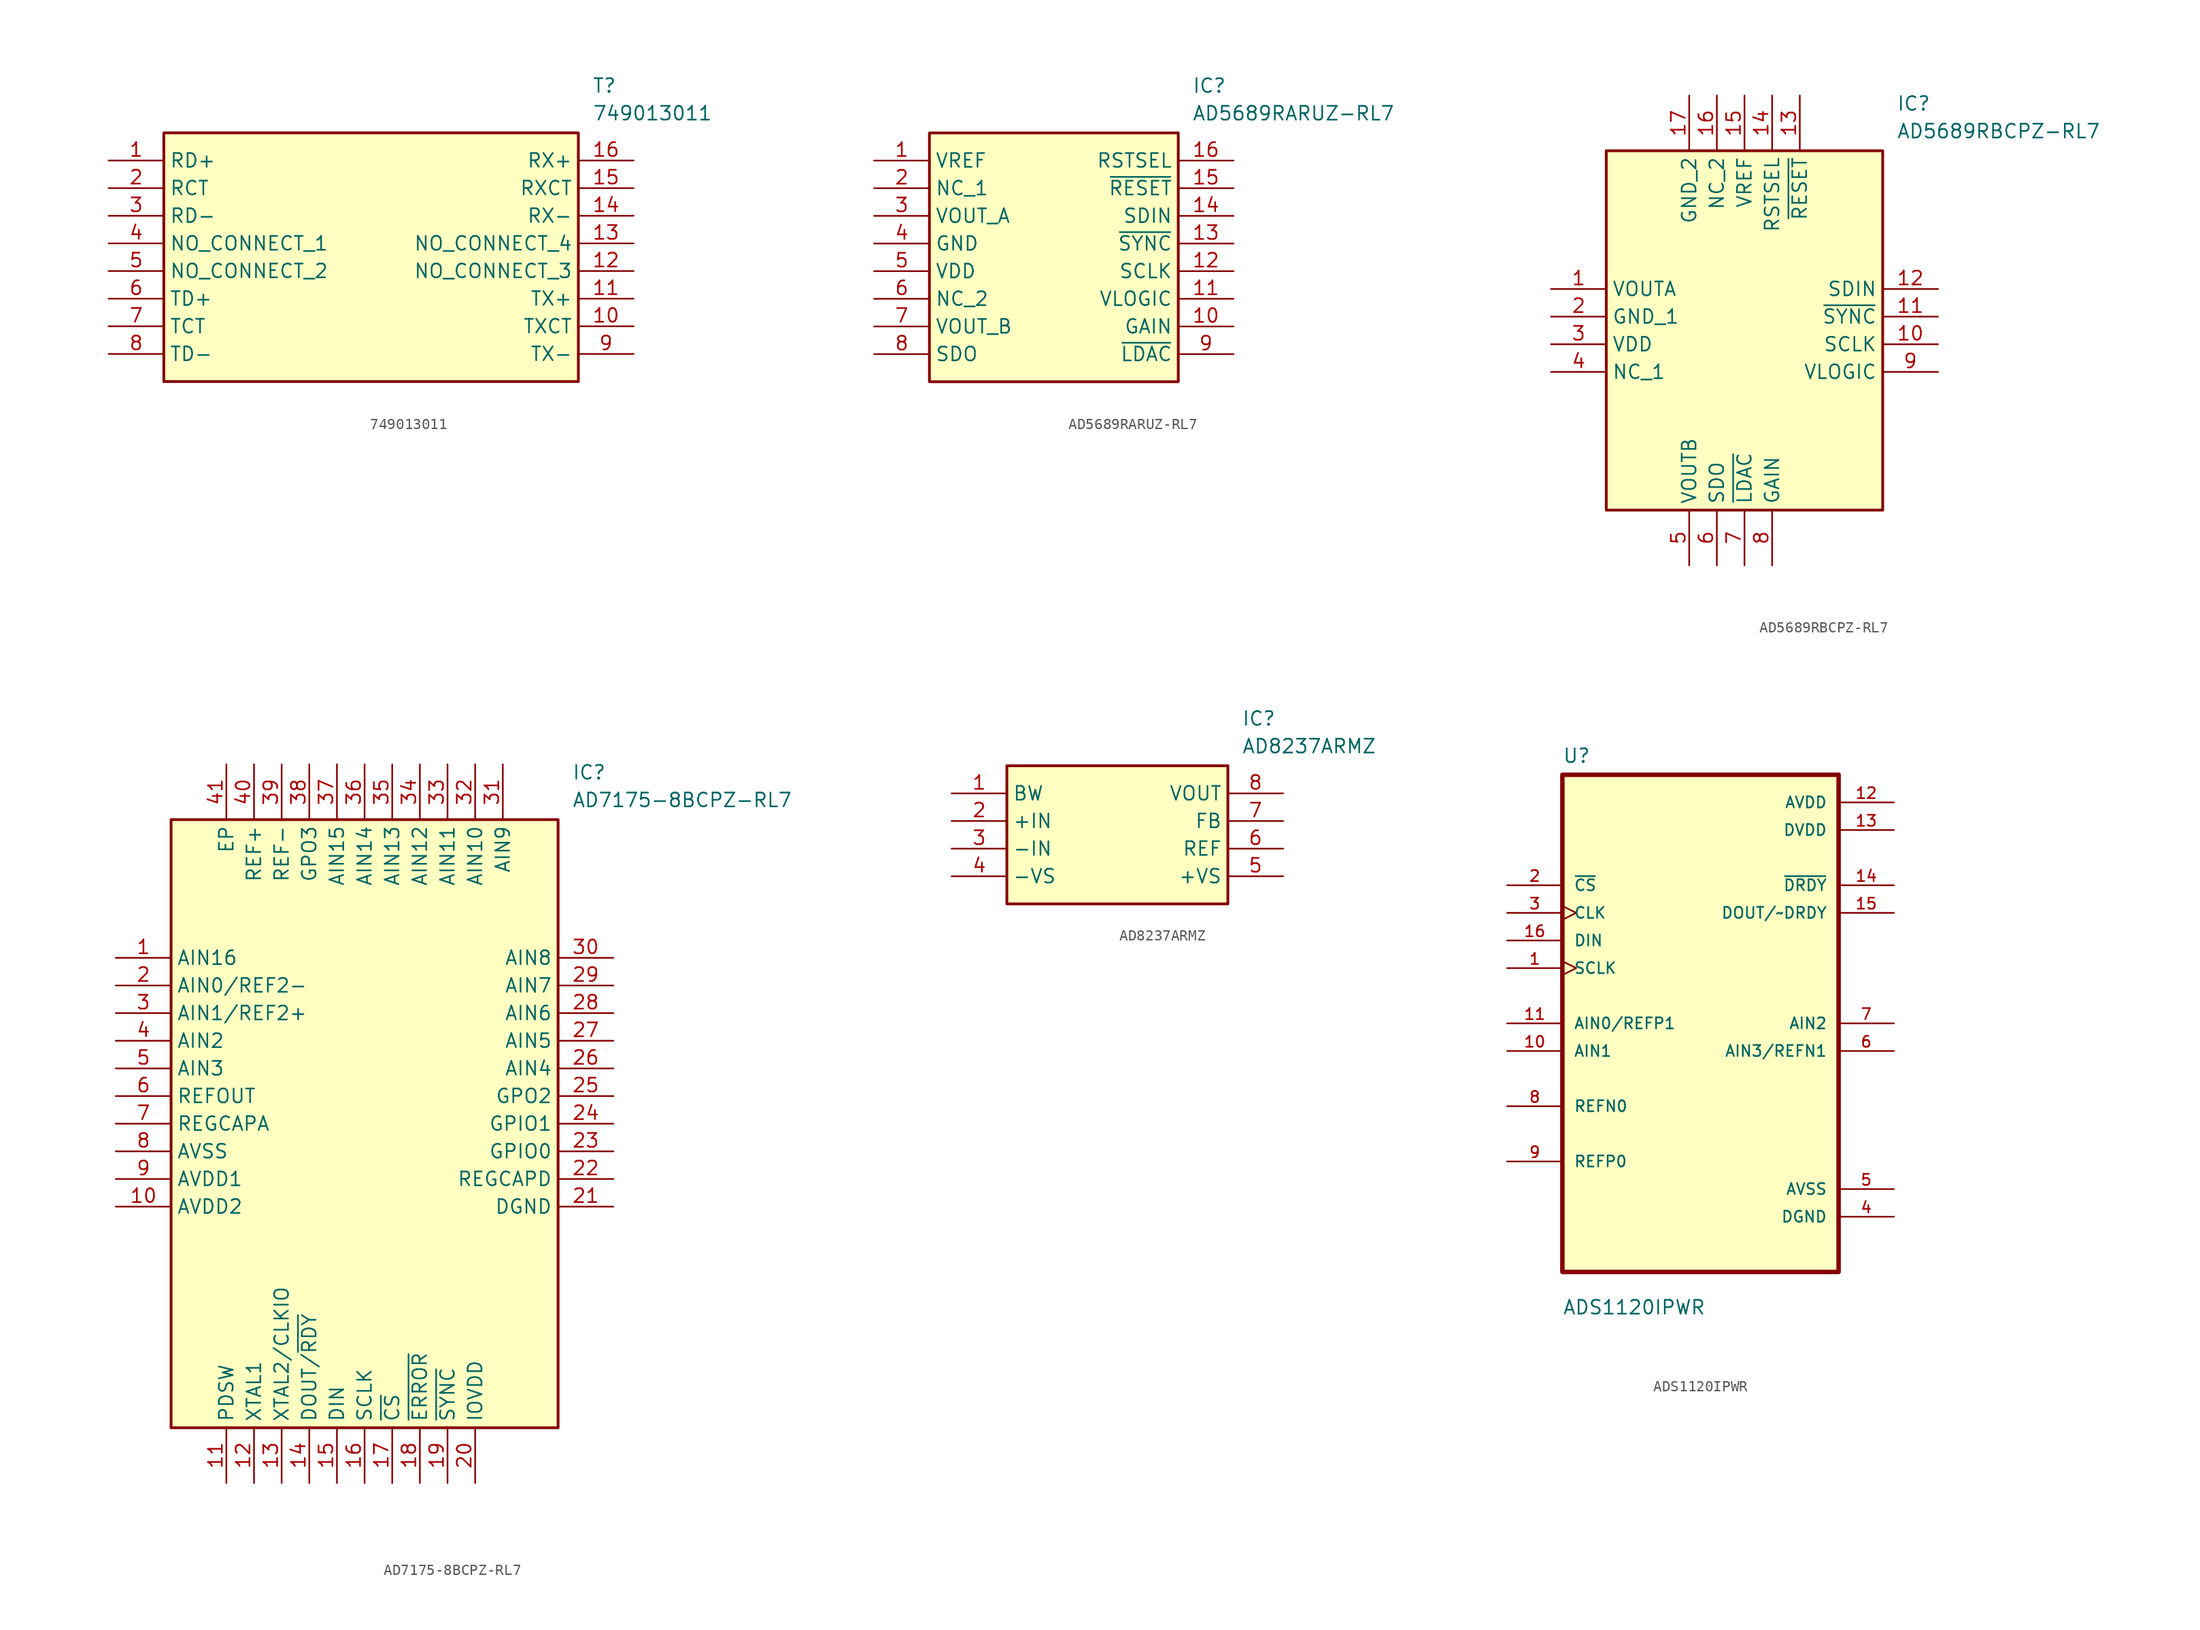
<source format=kicad_sym>
(kicad_symbol_lib
  (version 20231120)
  (generator "kicad_symbol_editor")
  (generator_version "8.0")
  (symbol "749013011"
    (property "Reference" "T"
      (at 44.45 7.62 0)
      (effects (font (size 1.27 1.27)) (justify left top)))
    (property "Value" "749013011"
      (at 44.45 5.08 0)
      (effects (font (size 1.27 1.27)) (justify left top)))
    (symbol "749013011_1_1"
      (rectangle (start 5.08 2.54) (end 43.18 -20.32) (stroke (width 0.254) (type default)) (fill (type background)))
      (pin passive line (at 0 0 0) (length 5.08) (name "RD+" (effects (font (size 1.27 1.27)))) (number "1" (effects (font (size 1.27 1.27)))))
      (pin passive line (at 48.26 -15.24 180) (length 5.08) (name "TXCT" (effects (font (size 1.27 1.27)))) (number "10" (effects (font (size 1.27 1.27)))))
      (pin passive line (at 48.26 -12.7 180) (length 5.08) (name "TX+" (effects (font (size 1.27 1.27)))) (number "11" (effects (font (size 1.27 1.27)))))
      (pin passive line (at 48.26 -10.16 180) (length 5.08) (name "NO_CONNECT_3" (effects (font (size 1.27 1.27)))) (number "12" (effects (font (size 1.27 1.27)))))
      (pin passive line (at 48.26 -7.62 180) (length 5.08) (name "NO_CONNECT_4" (effects (font (size 1.27 1.27)))) (number "13" (effects (font (size 1.27 1.27)))))
      (pin passive line (at 48.26 -5.08 180) (length 5.08) (name "RX-" (effects (font (size 1.27 1.27)))) (number "14" (effects (font (size 1.27 1.27)))))
      (pin passive line (at 48.26 -2.54 180) (length 5.08) (name "RXCT" (effects (font (size 1.27 1.27)))) (number "15" (effects (font (size 1.27 1.27)))))
      (pin passive line (at 48.26 0 180) (length 5.08) (name "RX+" (effects (font (size 1.27 1.27)))) (number "16" (effects (font (size 1.27 1.27)))))
      (pin passive line (at 0 -2.54 0) (length 5.08) (name "RCT" (effects (font (size 1.27 1.27)))) (number "2" (effects (font (size 1.27 1.27)))))
      (pin passive line (at 0 -5.08 0) (length 5.08) (name "RD-" (effects (font (size 1.27 1.27)))) (number "3" (effects (font (size 1.27 1.27)))))
      (pin passive line (at 0 -7.62 0) (length 5.08) (name "NO_CONNECT_1" (effects (font (size 1.27 1.27)))) (number "4" (effects (font (size 1.27 1.27)))))
      (pin passive line (at 0 -10.16 0) (length 5.08) (name "NO_CONNECT_2" (effects (font (size 1.27 1.27)))) (number "5" (effects (font (size 1.27 1.27)))))
      (pin passive line (at 0 -12.7 0) (length 5.08) (name "TD+" (effects (font (size 1.27 1.27)))) (number "6" (effects (font (size 1.27 1.27)))))
      (pin passive line (at 0 -15.24 0) (length 5.08) (name "TCT" (effects (font (size 1.27 1.27)))) (number "7" (effects (font (size 1.27 1.27)))))
      (pin passive line (at 0 -17.78 0) (length 5.08) (name "TD-" (effects (font (size 1.27 1.27)))) (number "8" (effects (font (size 1.27 1.27)))))
      (pin passive line (at 48.26 -17.78 180) (length 5.08) (name "TX-" (effects (font (size 1.27 1.27)))) (number "9" (effects (font (size 1.27 1.27)))))))
  (symbol "AD5689RARUZ-RL7"
    (property "Reference" "IC"
      (at 29.21 7.62 0)
      (effects (font (size 1.27 1.27)) (justify left top)))
    (property "Value" "AD5689RARUZ-RL7"
      (at 29.21 5.08 0)
      (effects (font (size 1.27 1.27)) (justify left top)))
    (symbol "AD5689RARUZ-RL7_1_1"
      (rectangle (start 5.08 2.54) (end 27.94 -20.32) (stroke (width 0.254) (type default)) (fill (type background)))
      (pin passive line (at 0 0 0) (length 5.08) (name "VREF" (effects (font (size 1.27 1.27)))) (number "1" (effects (font (size 1.27 1.27)))))
      (pin passive line (at 33.02 -15.24 180) (length 5.08) (name "GAIN" (effects (font (size 1.27 1.27)))) (number "10" (effects (font (size 1.27 1.27)))))
      (pin passive line (at 33.02 -12.7 180) (length 5.08) (name "VLOGIC" (effects (font (size 1.27 1.27)))) (number "11" (effects (font (size 1.27 1.27)))))
      (pin passive line (at 33.02 -10.16 180) (length 5.08) (name "SCLK" (effects (font (size 1.27 1.27)))) (number "12" (effects (font (size 1.27 1.27)))))
      (pin passive line (at 33.02 -7.62 180) (length 5.08) (name "~{SYNC}" (effects (font (size 1.27 1.27)))) (number "13" (effects (font (size 1.27 1.27)))))
      (pin passive line (at 33.02 -5.08 180) (length 5.08) (name "SDIN" (effects (font (size 1.27 1.27)))) (number "14" (effects (font (size 1.27 1.27)))))
      (pin passive line (at 33.02 -2.54 180) (length 5.08) (name "~{RESET}" (effects (font (size 1.27 1.27)))) (number "15" (effects (font (size 1.27 1.27)))))
      (pin passive line (at 33.02 0 180) (length 5.08) (name "RSTSEL" (effects (font (size 1.27 1.27)))) (number "16" (effects (font (size 1.27 1.27)))))
      (pin passive line (at 0 -2.54 0) (length 5.08) (name "NC_1" (effects (font (size 1.27 1.27)))) (number "2" (effects (font (size 1.27 1.27)))))
      (pin passive line (at 0 -5.08 0) (length 5.08) (name "VOUT_A" (effects (font (size 1.27 1.27)))) (number "3" (effects (font (size 1.27 1.27)))))
      (pin passive line (at 0 -7.62 0) (length 5.08) (name "GND" (effects (font (size 1.27 1.27)))) (number "4" (effects (font (size 1.27 1.27)))))
      (pin passive line (at 0 -10.16 0) (length 5.08) (name "VDD" (effects (font (size 1.27 1.27)))) (number "5" (effects (font (size 1.27 1.27)))))
      (pin passive line (at 0 -12.7 0) (length 5.08) (name "NC_2" (effects (font (size 1.27 1.27)))) (number "6" (effects (font (size 1.27 1.27)))))
      (pin passive line (at 0 -15.24 0) (length 5.08) (name "VOUT_B" (effects (font (size 1.27 1.27)))) (number "7" (effects (font (size 1.27 1.27)))))
      (pin passive line (at 0 -17.78 0) (length 5.08) (name "SDO" (effects (font (size 1.27 1.27)))) (number "8" (effects (font (size 1.27 1.27)))))
      (pin passive line (at 33.02 -17.78 180) (length 5.08) (name "~{LDAC}" (effects (font (size 1.27 1.27)))) (number "9" (effects (font (size 1.27 1.27)))))))
  (symbol "AD5689RBCPZ-RL7"
    (property "Reference" "IC"
      (at 31.75 17.78 0)
      (effects (font (size 1.27 1.27)) (justify left top)))
    (property "Value" "AD5689RBCPZ-RL7"
      (at 31.75 15.24 0)
      (effects (font (size 1.27 1.27)) (justify left top)))
    (symbol "AD5689RBCPZ-RL7_1_1"
      (rectangle (start 5.08 12.7) (end 30.48 -20.32) (stroke (width 0.254) (type default)) (fill (type background)))
      (pin passive line (at 0 0 0) (length 5.08) (name "VOUTA" (effects (font (size 1.27 1.27)))) (number "1" (effects (font (size 1.27 1.27)))))
      (pin passive line (at 35.56 -5.08 180) (length 5.08) (name "SCLK" (effects (font (size 1.27 1.27)))) (number "10" (effects (font (size 1.27 1.27)))))
      (pin passive line (at 35.56 -2.54 180) (length 5.08) (name "~{SYNC}" (effects (font (size 1.27 1.27)))) (number "11" (effects (font (size 1.27 1.27)))))
      (pin passive line (at 35.56 0 180) (length 5.08) (name "SDIN" (effects (font (size 1.27 1.27)))) (number "12" (effects (font (size 1.27 1.27)))))
      (pin passive line (at 22.86 17.78 270) (length 5.08) (name "~{RESET}" (effects (font (size 1.27 1.27)))) (number "13" (effects (font (size 1.27 1.27)))))
      (pin passive line (at 20.32 17.78 270) (length 5.08) (name "RSTSEL" (effects (font (size 1.27 1.27)))) (number "14" (effects (font (size 1.27 1.27)))))
      (pin passive line (at 17.78 17.78 270) (length 5.08) (name "VREF" (effects (font (size 1.27 1.27)))) (number "15" (effects (font (size 1.27 1.27)))))
      (pin passive line (at 15.24 17.78 270) (length 5.08) (name "NC_2" (effects (font (size 1.27 1.27)))) (number "16" (effects (font (size 1.27 1.27)))))
      (pin passive line (at 12.7 17.78 270) (length 5.08) (name "GND_2" (effects (font (size 1.27 1.27)))) (number "17" (effects (font (size 1.27 1.27)))))
      (pin passive line (at 0 -2.54 0) (length 5.08) (name "GND_1" (effects (font (size 1.27 1.27)))) (number "2" (effects (font (size 1.27 1.27)))))
      (pin passive line (at 0 -5.08 0) (length 5.08) (name "VDD" (effects (font (size 1.27 1.27)))) (number "3" (effects (font (size 1.27 1.27)))))
      (pin passive line (at 0 -7.62 0) (length 5.08) (name "NC_1" (effects (font (size 1.27 1.27)))) (number "4" (effects (font (size 1.27 1.27)))))
      (pin passive line (at 12.7 -25.4 90) (length 5.08) (name "VOUTB" (effects (font (size 1.27 1.27)))) (number "5" (effects (font (size 1.27 1.27)))))
      (pin passive line (at 15.24 -25.4 90) (length 5.08) (name "SDO" (effects (font (size 1.27 1.27)))) (number "6" (effects (font (size 1.27 1.27)))))
      (pin passive line (at 17.78 -25.4 90) (length 5.08) (name "~{LDAC}" (effects (font (size 1.27 1.27)))) (number "7" (effects (font (size 1.27 1.27)))))
      (pin passive line (at 20.32 -25.4 90) (length 5.08) (name "GAIN" (effects (font (size 1.27 1.27)))) (number "8" (effects (font (size 1.27 1.27)))))
      (pin passive line (at 35.56 -7.62 180) (length 5.08) (name "VLOGIC" (effects (font (size 1.27 1.27)))) (number "9" (effects (font (size 1.27 1.27)))))))
  (symbol "AD7175-8BCPZ-RL7"
    (property "Reference" "IC"
      (at 41.91 17.78 0)
      (effects (font (size 1.27 1.27)) (justify left top)))
    (property "Value" "AD7175-8BCPZ-RL7"
      (at 41.91 15.24 0)
      (effects (font (size 1.27 1.27)) (justify left top)))
    (symbol "AD7175-8BCPZ-RL7_1_1"
      (rectangle (start 5.08 12.7) (end 40.64 -43.18) (stroke (width 0.254) (type default)) (fill (type background)))
      (pin passive line (at 0 0 0) (length 5.08) (name "AIN16" (effects (font (size 1.27 1.27)))) (number "1" (effects (font (size 1.27 1.27)))))
      (pin passive line (at 0 -22.86 0) (length 5.08) (name "AVDD2" (effects (font (size 1.27 1.27)))) (number "10" (effects (font (size 1.27 1.27)))))
      (pin passive line (at 10.16 -48.26 90) (length 5.08) (name "PDSW" (effects (font (size 1.27 1.27)))) (number "11" (effects (font (size 1.27 1.27)))))
      (pin passive line (at 12.7 -48.26 90) (length 5.08) (name "XTAL1" (effects (font (size 1.27 1.27)))) (number "12" (effects (font (size 1.27 1.27)))))
      (pin passive line (at 15.24 -48.26 90) (length 5.08) (name "XTAL2/CLKIO" (effects (font (size 1.27 1.27)))) (number "13" (effects (font (size 1.27 1.27)))))
      (pin passive line (at 17.78 -48.26 90) (length 5.08) (name "DOUT/~{RDY}" (effects (font (size 1.27 1.27)))) (number "14" (effects (font (size 1.27 1.27)))))
      (pin passive line (at 20.32 -48.26 90) (length 5.08) (name "DIN" (effects (font (size 1.27 1.27)))) (number "15" (effects (font (size 1.27 1.27)))))
      (pin passive line (at 22.86 -48.26 90) (length 5.08) (name "SCLK" (effects (font (size 1.27 1.27)))) (number "16" (effects (font (size 1.27 1.27)))))
      (pin passive line (at 25.4 -48.26 90) (length 5.08) (name "~{CS}" (effects (font (size 1.27 1.27)))) (number "17" (effects (font (size 1.27 1.27)))))
      (pin passive line (at 27.94 -48.26 90) (length 5.08) (name "~{ERROR}" (effects (font (size 1.27 1.27)))) (number "18" (effects (font (size 1.27 1.27)))))
      (pin passive line (at 30.48 -48.26 90) (length 5.08) (name "~{SYNC}" (effects (font (size 1.27 1.27)))) (number "19" (effects (font (size 1.27 1.27)))))
      (pin passive line (at 0 -2.54 0) (length 5.08) (name "AIN0/REF2-" (effects (font (size 1.27 1.27)))) (number "2" (effects (font (size 1.27 1.27)))))
      (pin passive line (at 33.02 -48.26 90) (length 5.08) (name "IOVDD" (effects (font (size 1.27 1.27)))) (number "20" (effects (font (size 1.27 1.27)))))
      (pin passive line (at 45.72 -22.86 180) (length 5.08) (name "DGND" (effects (font (size 1.27 1.27)))) (number "21" (effects (font (size 1.27 1.27)))))
      (pin passive line (at 45.72 -20.32 180) (length 5.08) (name "REGCAPD" (effects (font (size 1.27 1.27)))) (number "22" (effects (font (size 1.27 1.27)))))
      (pin passive line (at 45.72 -17.78 180) (length 5.08) (name "GPIO0" (effects (font (size 1.27 1.27)))) (number "23" (effects (font (size 1.27 1.27)))))
      (pin passive line (at 45.72 -15.24 180) (length 5.08) (name "GPIO1" (effects (font (size 1.27 1.27)))) (number "24" (effects (font (size 1.27 1.27)))))
      (pin passive line (at 45.72 -12.7 180) (length 5.08) (name "GPO2" (effects (font (size 1.27 1.27)))) (number "25" (effects (font (size 1.27 1.27)))))
      (pin passive line (at 45.72 -10.16 180) (length 5.08) (name "AIN4" (effects (font (size 1.27 1.27)))) (number "26" (effects (font (size 1.27 1.27)))))
      (pin passive line (at 45.72 -7.62 180) (length 5.08) (name "AIN5" (effects (font (size 1.27 1.27)))) (number "27" (effects (font (size 1.27 1.27)))))
      (pin passive line (at 45.72 -5.08 180) (length 5.08) (name "AIN6" (effects (font (size 1.27 1.27)))) (number "28" (effects (font (size 1.27 1.27)))))
      (pin passive line (at 45.72 -2.54 180) (length 5.08) (name "AIN7" (effects (font (size 1.27 1.27)))) (number "29" (effects (font (size 1.27 1.27)))))
      (pin passive line (at 0 -5.08 0) (length 5.08) (name "AIN1/REF2+" (effects (font (size 1.27 1.27)))) (number "3" (effects (font (size 1.27 1.27)))))
      (pin passive line (at 45.72 0 180) (length 5.08) (name "AIN8" (effects (font (size 1.27 1.27)))) (number "30" (effects (font (size 1.27 1.27)))))
      (pin passive line (at 35.56 17.78 270) (length 5.08) (name "AIN9" (effects (font (size 1.27 1.27)))) (number "31" (effects (font (size 1.27 1.27)))))
      (pin passive line (at 33.02 17.78 270) (length 5.08) (name "AIN10" (effects (font (size 1.27 1.27)))) (number "32" (effects (font (size 1.27 1.27)))))
      (pin passive line (at 30.48 17.78 270) (length 5.08) (name "AIN11" (effects (font (size 1.27 1.27)))) (number "33" (effects (font (size 1.27 1.27)))))
      (pin passive line (at 27.94 17.78 270) (length 5.08) (name "AIN12" (effects (font (size 1.27 1.27)))) (number "34" (effects (font (size 1.27 1.27)))))
      (pin passive line (at 25.4 17.78 270) (length 5.08) (name "AIN13" (effects (font (size 1.27 1.27)))) (number "35" (effects (font (size 1.27 1.27)))))
      (pin passive line (at 22.86 17.78 270) (length 5.08) (name "AIN14" (effects (font (size 1.27 1.27)))) (number "36" (effects (font (size 1.27 1.27)))))
      (pin passive line (at 20.32 17.78 270) (length 5.08) (name "AIN15" (effects (font (size 1.27 1.27)))) (number "37" (effects (font (size 1.27 1.27)))))
      (pin passive line (at 17.78 17.78 270) (length 5.08) (name "GPO3" (effects (font (size 1.27 1.27)))) (number "38" (effects (font (size 1.27 1.27)))))
      (pin passive line (at 15.24 17.78 270) (length 5.08) (name "REF-" (effects (font (size 1.27 1.27)))) (number "39" (effects (font (size 1.27 1.27)))))
      (pin passive line (at 0 -7.62 0) (length 5.08) (name "AIN2" (effects (font (size 1.27 1.27)))) (number "4" (effects (font (size 1.27 1.27)))))
      (pin passive line (at 12.7 17.78 270) (length 5.08) (name "REF+" (effects (font (size 1.27 1.27)))) (number "40" (effects (font (size 1.27 1.27)))))
      (pin passive line (at 10.16 17.78 270) (length 5.08) (name "EP" (effects (font (size 1.27 1.27)))) (number "41" (effects (font (size 1.27 1.27)))))
      (pin passive line (at 0 -10.16 0) (length 5.08) (name "AIN3" (effects (font (size 1.27 1.27)))) (number "5" (effects (font (size 1.27 1.27)))))
      (pin passive line (at 0 -12.7 0) (length 5.08) (name "REFOUT" (effects (font (size 1.27 1.27)))) (number "6" (effects (font (size 1.27 1.27)))))
      (pin passive line (at 0 -15.24 0) (length 5.08) (name "REGCAPA" (effects (font (size 1.27 1.27)))) (number "7" (effects (font (size 1.27 1.27)))))
      (pin passive line (at 0 -17.78 0) (length 5.08) (name "AVSS" (effects (font (size 1.27 1.27)))) (number "8" (effects (font (size 1.27 1.27)))))
      (pin passive line (at 0 -20.32 0) (length 5.08) (name "AVDD1" (effects (font (size 1.27 1.27)))) (number "9" (effects (font (size 1.27 1.27)))))))
  (symbol "AD8237ARMZ"
    (property "Reference" "IC"
      (at 26.67 7.62 0)
      (effects (font (size 1.27 1.27)) (justify left top)))
    (property "Value" "AD8237ARMZ"
      (at 26.67 5.08 0)
      (effects (font (size 1.27 1.27)) (justify left top)))
    (symbol "AD8237ARMZ_1_1"
      (rectangle (start 5.08 2.54) (end 25.4 -10.16) (stroke (width 0.254) (type default)) (fill (type background)))
      (pin passive line (at 0 0 0) (length 5.08) (name "BW" (effects (font (size 1.27 1.27)))) (number "1" (effects (font (size 1.27 1.27)))))
      (pin passive line (at 0 -2.54 0) (length 5.08) (name "+IN" (effects (font (size 1.27 1.27)))) (number "2" (effects (font (size 1.27 1.27)))))
      (pin passive line (at 0 -5.08 0) (length 5.08) (name "-IN" (effects (font (size 1.27 1.27)))) (number "3" (effects (font (size 1.27 1.27)))))
      (pin passive line (at 0 -7.62 0) (length 5.08) (name "-VS" (effects (font (size 1.27 1.27)))) (number "4" (effects (font (size 1.27 1.27)))))
      (pin passive line (at 30.48 -7.62 180) (length 5.08) (name "+VS" (effects (font (size 1.27 1.27)))) (number "5" (effects (font (size 1.27 1.27)))))
      (pin passive line (at 30.48 -5.08 180) (length 5.08) (name "REF" (effects (font (size 1.27 1.27)))) (number "6" (effects (font (size 1.27 1.27)))))
      (pin passive line (at 30.48 -2.54 180) (length 5.08) (name "FB" (effects (font (size 1.27 1.27)))) (number "7" (effects (font (size 1.27 1.27)))))
      (pin passive line (at 30.48 0 180) (length 5.08) (name "VOUT" (effects (font (size 1.27 1.27)))) (number "8" (effects (font (size 1.27 1.27)))))))
  (symbol "ADS1120IPWR"
    (pin_names
      (offset 1.016))
    (property "Reference" "U"
      (at -12.7 23.86 0)
      (effects (font (size 1.27 1.27)) (justify left bottom)))
    (property "Value" "ADS1120IPWR"
      (at -12.7 -26.86 0)
      (effects (font (size 1.27 1.27)) (justify left bottom)))
    (symbol "ADS1120IPWR_0_0"
      (rectangle (start -12.7 -22.86) (end 12.7 22.86) (stroke (width 0.41) (type default)) (fill (type background)))
      (pin input clock (at -17.78 5.08 0) (length 5.08) (name "SCLK" (effects (font (size 1.016 1.016)))) (number "1" (effects (font (size 1.016 1.016)))))
      (pin bidirectional line (at -17.78 -2.54 0) (length 5.08) (name "AIN1" (effects (font (size 1.016 1.016)))) (number "10" (effects (font (size 1.016 1.016)))))
      (pin bidirectional line (at -17.78 0 0) (length 5.08) (name "AIN0/REFP1" (effects (font (size 1.016 1.016)))) (number "11" (effects (font (size 1.016 1.016)))))
      (pin power_in line (at 17.78 20.32 180) (length 5.08) (name "AVDD" (effects (font (size 1.016 1.016)))) (number "12" (effects (font (size 1.016 1.016)))))
      (pin power_in line (at 17.78 17.78 180) (length 5.08) (name "DVDD" (effects (font (size 1.016 1.016)))) (number "13" (effects (font (size 1.016 1.016)))))
      (pin output line (at 17.78 12.7 180) (length 5.08) (name "~{DRDY}" (effects (font (size 1.016 1.016)))) (number "14" (effects (font (size 1.016 1.016)))))
      (pin output line (at 17.78 10.16 180) (length 5.08) (name "DOUT/~DRDY" (effects (font (size 1.016 1.016)))) (number "15" (effects (font (size 1.016 1.016)))))
      (pin input line (at -17.78 7.62 0) (length 5.08) (name "DIN" (effects (font (size 1.016 1.016)))) (number "16" (effects (font (size 1.016 1.016)))))
      (pin input line (at -17.78 12.7 0) (length 5.08) (name "~{CS}" (effects (font (size 1.016 1.016)))) (number "2" (effects (font (size 1.016 1.016)))))
      (pin input clock (at -17.78 10.16 0) (length 5.08) (name "CLK" (effects (font (size 1.016 1.016)))) (number "3" (effects (font (size 1.016 1.016)))))
      (pin power_in line (at 17.78 -17.78 180) (length 5.08) (name "DGND" (effects (font (size 1.016 1.016)))) (number "4" (effects (font (size 1.016 1.016)))))
      (pin power_in line (at 17.78 -15.24 180) (length 5.08) (name "AVSS" (effects (font (size 1.016 1.016)))) (number "5" (effects (font (size 1.016 1.016)))))
      (pin bidirectional line (at 17.78 -2.54 180) (length 5.08) (name "AIN3/REFN1" (effects (font (size 1.016 1.016)))) (number "6" (effects (font (size 1.016 1.016)))))
      (pin bidirectional line (at 17.78 0 180) (length 5.08) (name "AIN2" (effects (font (size 1.016 1.016)))) (number "7" (effects (font (size 1.016 1.016)))))
      (pin bidirectional line (at -17.78 -7.62 0) (length 5.08) (name "REFN0" (effects (font (size 1.016 1.016)))) (number "8" (effects (font (size 1.016 1.016)))))
      (pin bidirectional line (at -17.78 -12.7 0) (length 5.08) (name "REFP0" (effects (font (size 1.016 1.016)))) (number "9" (effects (font (size 1.016 1.016))))))))
</source>
